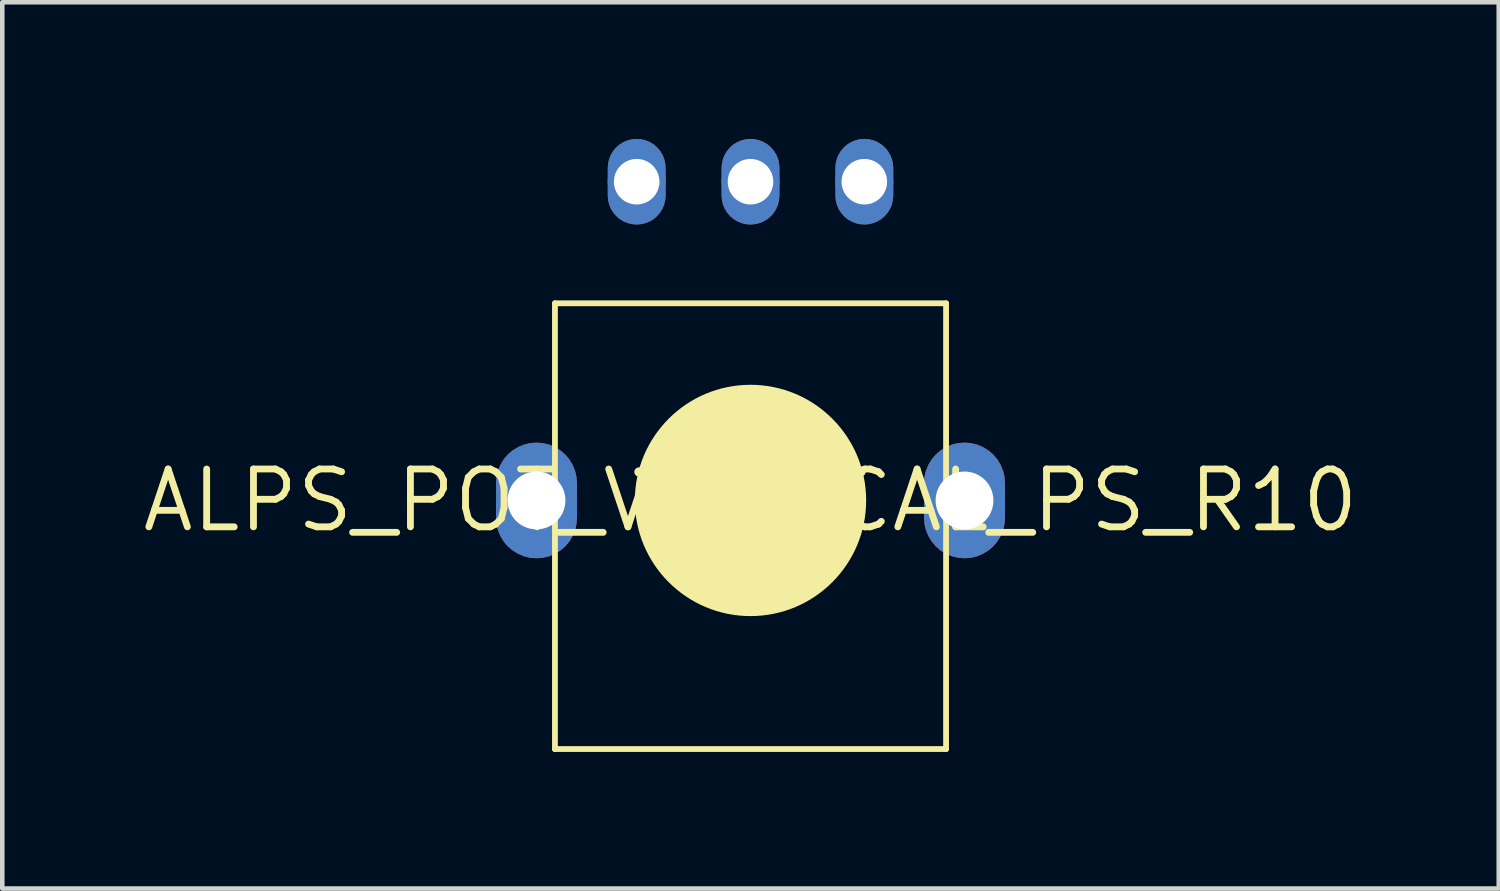
<source format=kicad_pcb>
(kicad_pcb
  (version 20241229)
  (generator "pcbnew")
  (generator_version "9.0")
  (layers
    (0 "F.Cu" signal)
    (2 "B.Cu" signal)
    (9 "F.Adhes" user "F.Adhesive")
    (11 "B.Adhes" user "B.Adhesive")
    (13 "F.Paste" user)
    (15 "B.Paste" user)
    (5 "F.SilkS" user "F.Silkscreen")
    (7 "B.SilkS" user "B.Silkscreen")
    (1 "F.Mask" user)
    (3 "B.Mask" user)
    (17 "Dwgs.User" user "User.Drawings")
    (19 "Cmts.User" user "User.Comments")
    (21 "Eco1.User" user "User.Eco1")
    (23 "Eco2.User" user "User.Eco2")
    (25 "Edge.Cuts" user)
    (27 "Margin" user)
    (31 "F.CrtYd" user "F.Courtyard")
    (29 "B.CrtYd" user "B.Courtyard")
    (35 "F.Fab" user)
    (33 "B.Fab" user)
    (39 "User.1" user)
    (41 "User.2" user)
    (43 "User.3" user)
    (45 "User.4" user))
  (footprint "ALPS_POT_VERTICAL_PS_R10"
    (layer "F.Cu")
    (at 13.433 7.941)
    (property "Reference" "ALPS_POT_VERTICAL_PS_R10" (at 0 0 0) (layer "F.SilkS") (effects (font (size 1.27 1.27) (thickness 0.15))))
    (fp_poly (pts (xy -4.561 -1.259) (xy -4.426 -1.227) (xy -4.297 -1.173) (xy -4.177 -1.1) (xy -4.071 -1.01) (xy -3.981 -0.904) (xy -3.908 -0.784) (xy -3.854 -0.655) (xy -3.822 -0.52) (xy -3.811 -0.381) (xy -3.811 0.381) (xy -3.822 0.52) (xy -3.854 0.655) (xy -3.908 0.784) (xy -3.981 0.904) (xy -4.071 1.01) (xy -4.177 1.1) (xy -4.297 1.173) (xy -4.426 1.227) (xy -4.561 1.259) (xy -4.7 1.27) (xy -4.839 1.259) (xy -4.974 1.227) (xy -5.103 1.173) (xy -5.223 1.1) (xy -5.329 1.01) (xy -5.419 0.904) (xy -5.492 0.784) (xy -5.546 0.655) (xy -5.578 0.52) (xy -5.589 0.381) (xy -5.589 -0.381) (xy -5.578 -0.52) (xy -5.546 -0.655) (xy -5.492 -0.784) (xy -5.419 -0.904) (xy -5.329 -1.01) (xy -5.223 -1.1) (xy -5.103 -1.173) (xy -4.974 -1.227) (xy -4.839 -1.259) (xy -4.7 -1.27)) (stroke (width 0) (type default)) (fill yes) (layer "F.Cu"))
    (fp_poly (pts (xy -2.401 -7.932) (xy -2.304 -7.909) (xy -2.212 -7.871) (xy -2.126 -7.819) (xy -2.051 -7.754) (xy -1.986 -7.678) (xy -1.934 -7.593) (xy -1.896 -7.501) (xy -1.873 -7.404) (xy -1.865 -7.305) (xy -1.865 -6.695) (xy -1.873 -6.596) (xy -1.896 -6.499) (xy -1.934 -6.407) (xy -1.986 -6.322) (xy -2.051 -6.246) (xy -2.126 -6.181) (xy -2.212 -6.129) (xy -2.304 -6.091) (xy -2.401 -6.068) (xy -2.5 -6.06) (xy -2.599 -6.068) (xy -2.696 -6.091) (xy -2.788 -6.129) (xy -2.874 -6.181) (xy -2.949 -6.246) (xy -3.014 -6.322) (xy -3.066 -6.407) (xy -3.104 -6.499) (xy -3.127 -6.596) (xy -3.135 -6.695) (xy -3.135 -7.305) (xy -3.127 -7.404) (xy -3.104 -7.501) (xy -3.066 -7.593) (xy -3.014 -7.678) (xy -2.949 -7.754) (xy -2.874 -7.819) (xy -2.788 -7.871) (xy -2.696 -7.909) (xy -2.599 -7.932) (xy -2.5 -7.94)) (stroke (width 0) (type default)) (fill yes) (layer "F.Cu"))
    (fp_poly (pts (xy 0.099 -7.932) (xy 0.196 -7.909) (xy 0.288 -7.871) (xy 0.374 -7.819) (xy 0.449 -7.754) (xy 0.514 -7.678) (xy 0.566 -7.593) (xy 0.604 -7.501) (xy 0.627 -7.404) (xy 0.635 -7.305) (xy 0.635 -6.695) (xy 0.627 -6.596) (xy 0.604 -6.499) (xy 0.566 -6.407) (xy 0.514 -6.322) (xy 0.449 -6.246) (xy 0.374 -6.181) (xy 0.288 -6.129) (xy 0.196 -6.091) (xy 0.099 -6.068) (xy 0 -6.06) (xy -0.099 -6.068) (xy -0.196 -6.091) (xy -0.288 -6.129) (xy -0.374 -6.181) (xy -0.449 -6.246) (xy -0.514 -6.322) (xy -0.566 -6.407) (xy -0.604 -6.499) (xy -0.627 -6.596) (xy -0.635 -6.695) (xy -0.635 -7.305) (xy -0.627 -7.404) (xy -0.604 -7.501) (xy -0.566 -7.593) (xy -0.514 -7.678) (xy -0.449 -7.754) (xy -0.374 -7.819) (xy -0.288 -7.871) (xy -0.196 -7.909) (xy -0.099 -7.932) (xy 0 -7.94)) (stroke (width 0) (type default)) (fill yes) (layer "F.Cu"))
    (fp_poly (pts (xy 2.599 -7.932) (xy 2.696 -7.909) (xy 2.788 -7.871) (xy 2.874 -7.819) (xy 2.949 -7.754) (xy 3.014 -7.678) (xy 3.066 -7.593) (xy 3.104 -7.501) (xy 3.127 -7.404) (xy 3.135 -7.305) (xy 3.135 -6.695) (xy 3.127 -6.596) (xy 3.104 -6.499) (xy 3.066 -6.407) (xy 3.014 -6.322) (xy 2.949 -6.246) (xy 2.874 -6.181) (xy 2.788 -6.129) (xy 2.696 -6.091) (xy 2.599 -6.068) (xy 2.5 -6.06) (xy 2.401 -6.068) (xy 2.304 -6.091) (xy 2.212 -6.129) (xy 2.126 -6.181) (xy 2.051 -6.246) (xy 1.986 -6.322) (xy 1.934 -6.407) (xy 1.896 -6.499) (xy 1.873 -6.596) (xy 1.865 -6.695) (xy 1.865 -7.305) (xy 1.873 -7.404) (xy 1.896 -7.501) (xy 1.934 -7.593) (xy 1.986 -7.678) (xy 2.051 -7.754) (xy 2.126 -7.819) (xy 2.212 -7.871) (xy 2.304 -7.909) (xy 2.401 -7.932) (xy 2.5 -7.94)) (stroke (width 0) (type default)) (fill yes) (layer "F.Cu"))
    (fp_poly (pts (xy 4.839 -1.259) (xy 4.974 -1.227) (xy 5.103 -1.173) (xy 5.223 -1.1) (xy 5.329 -1.01) (xy 5.419 -0.904) (xy 5.492 -0.784) (xy 5.546 -0.655) (xy 5.578 -0.52) (xy 5.589 -0.381) (xy 5.589 0.381) (xy 5.578 0.52) (xy 5.546 0.655) (xy 5.492 0.784) (xy 5.419 0.904) (xy 5.329 1.01) (xy 5.223 1.1) (xy 5.103 1.173) (xy 4.974 1.227) (xy 4.839 1.259) (xy 4.7 1.27) (xy 4.561 1.259) (xy 4.426 1.227) (xy 4.297 1.173) (xy 4.177 1.1) (xy 4.071 1.01) (xy 3.981 0.904) (xy 3.908 0.784) (xy 3.854 0.655) (xy 3.822 0.52) (xy 3.811 0.381) (xy 3.811 -0.381) (xy 3.822 -0.52) (xy 3.854 -0.655) (xy 3.908 -0.784) (xy 3.981 -0.904) (xy 4.071 -1.01) (xy 4.177 -1.1) (xy 4.297 -1.173) (xy 4.426 -1.227) (xy 4.561 -1.259) (xy 4.7 -1.27)) (stroke (width 0) (type default)) (fill yes) (layer "F.Cu"))
    (fp_poly (pts (xy -4.561 -1.26) (xy -4.425 -1.227) (xy -4.296 -1.174) (xy -4.176 -1.101) (xy -4.07 -1.011) (xy -3.98 -0.905) (xy -3.907 -0.785) (xy -3.854 -0.656) (xy -3.821 -0.52) (xy -3.81 -0.381) (xy -3.81 0.381) (xy -3.821 0.52) (xy -3.854 0.656) (xy -3.907 0.785) (xy -3.98 0.905) (xy -4.07 1.011) (xy -4.176 1.101) (xy -4.296 1.174) (xy -4.425 1.227) (xy -4.561 1.26) (xy -4.7 1.271) (xy -4.839 1.26) (xy -4.975 1.227) (xy -5.104 1.174) (xy -5.224 1.101) (xy -5.33 1.011) (xy -5.42 0.905) (xy -5.493 0.785) (xy -5.546 0.656) (xy -5.579 0.52) (xy -5.59 0.381) (xy -5.59 -0.381) (xy -5.579 -0.52) (xy -5.546 -0.656) (xy -5.493 -0.785) (xy -5.42 -0.905) (xy -5.33 -1.011) (xy -5.224 -1.101) (xy -5.104 -1.174) (xy -4.975 -1.227) (xy -4.839 -1.26) (xy -4.7 -1.271)) (stroke (width 0) (type default)) (fill yes) (layer "F.Mask"))
    (fp_poly (pts (xy -2.401 -7.933) (xy -2.304 -7.91) (xy -2.212 -7.872) (xy -2.126 -7.82) (xy -2.05 -7.755) (xy -1.985 -7.679) (xy -1.933 -7.593) (xy -1.895 -7.501) (xy -1.872 -7.404) (xy -1.864 -7.305) (xy -1.864 -6.695) (xy -1.872 -6.596) (xy -1.895 -6.499) (xy -1.933 -6.407) (xy -1.985 -6.321) (xy -2.05 -6.245) (xy -2.126 -6.18) (xy -2.212 -6.128) (xy -2.304 -6.09) (xy -2.401 -6.067) (xy -2.5 -6.059) (xy -2.599 -6.067) (xy -2.696 -6.09) (xy -2.788 -6.128) (xy -2.874 -6.18) (xy -2.95 -6.245) (xy -3.015 -6.321) (xy -3.067 -6.407) (xy -3.105 -6.499) (xy -3.128 -6.596) (xy -3.136 -6.695) (xy -3.136 -7.305) (xy -3.128 -7.404) (xy -3.105 -7.501) (xy -3.067 -7.593) (xy -3.015 -7.679) (xy -2.95 -7.755) (xy -2.874 -7.82) (xy -2.788 -7.872) (xy -2.696 -7.91) (xy -2.599 -7.933) (xy -2.5 -7.941)) (stroke (width 0) (type default)) (fill yes) (layer "F.Mask"))
    (fp_poly (pts (xy 0.099 -7.933) (xy 0.196 -7.91) (xy 0.288 -7.872) (xy 0.374 -7.82) (xy 0.45 -7.755) (xy 0.515 -7.679) (xy 0.567 -7.593) (xy 0.605 -7.501) (xy 0.628 -7.404) (xy 0.636 -7.305) (xy 0.636 -6.695) (xy 0.628 -6.596) (xy 0.605 -6.499) (xy 0.567 -6.407) (xy 0.515 -6.321) (xy 0.45 -6.245) (xy 0.374 -6.18) (xy 0.288 -6.128) (xy 0.196 -6.09) (xy 0.099 -6.067) (xy 0 -6.059) (xy -0.099 -6.067) (xy -0.196 -6.09) (xy -0.288 -6.128) (xy -0.374 -6.18) (xy -0.45 -6.245) (xy -0.515 -6.321) (xy -0.567 -6.407) (xy -0.605 -6.499) (xy -0.628 -6.596) (xy -0.636 -6.695) (xy -0.636 -7.305) (xy -0.628 -7.404) (xy -0.605 -7.501) (xy -0.567 -7.593) (xy -0.515 -7.679) (xy -0.45 -7.755) (xy -0.374 -7.82) (xy -0.288 -7.872) (xy -0.196 -7.91) (xy -0.099 -7.933) (xy 0 -7.941)) (stroke (width 0) (type default)) (fill yes) (layer "F.Mask"))
    (fp_poly (pts (xy 2.599 -7.933) (xy 2.696 -7.91) (xy 2.788 -7.872) (xy 2.874 -7.82) (xy 2.95 -7.755) (xy 3.015 -7.679) (xy 3.067 -7.593) (xy 3.105 -7.501) (xy 3.128 -7.404) (xy 3.136 -7.305) (xy 3.136 -6.695) (xy 3.128 -6.596) (xy 3.105 -6.499) (xy 3.067 -6.407) (xy 3.015 -6.321) (xy 2.95 -6.245) (xy 2.874 -6.18) (xy 2.788 -6.128) (xy 2.696 -6.09) (xy 2.599 -6.067) (xy 2.5 -6.059) (xy 2.401 -6.067) (xy 2.304 -6.09) (xy 2.212 -6.128) (xy 2.126 -6.18) (xy 2.05 -6.245) (xy 1.985 -6.321) (xy 1.933 -6.407) (xy 1.895 -6.499) (xy 1.872 -6.596) (xy 1.864 -6.695) (xy 1.864 -7.305) (xy 1.872 -7.404) (xy 1.895 -7.501) (xy 1.933 -7.593) (xy 1.985 -7.679) (xy 2.05 -7.755) (xy 2.126 -7.82) (xy 2.212 -7.872) (xy 2.304 -7.91) (xy 2.401 -7.933) (xy 2.5 -7.941)) (stroke (width 0) (type default)) (fill yes) (layer "F.Mask"))
    (fp_poly (pts (xy 4.839 -1.26) (xy 4.975 -1.227) (xy 5.104 -1.174) (xy 5.224 -1.101) (xy 5.33 -1.011) (xy 5.42 -0.905) (xy 5.493 -0.785) (xy 5.546 -0.656) (xy 5.579 -0.52) (xy 5.59 -0.381) (xy 5.59 0.381) (xy 5.579 0.52) (xy 5.546 0.656) (xy 5.493 0.785) (xy 5.42 0.905) (xy 5.33 1.011) (xy 5.224 1.101) (xy 5.104 1.174) (xy 4.975 1.227) (xy 4.839 1.26) (xy 4.7 1.271) (xy 4.561 1.26) (xy 4.425 1.227) (xy 4.296 1.174) (xy 4.176 1.101) (xy 4.07 1.011) (xy 3.98 0.905) (xy 3.907 0.785) (xy 3.854 0.656) (xy 3.821 0.52) (xy 3.81 0.381) (xy 3.81 -0.381) (xy 3.821 -0.52) (xy 3.854 -0.656) (xy 3.907 -0.785) (xy 3.98 -0.905) (xy 4.07 -1.011) (xy 4.176 -1.101) (xy 4.296 -1.174) (xy 4.425 -1.227) (xy 4.561 -1.26) (xy 4.7 -1.271)) (stroke (width 0) (type default)) (fill yes) (layer "F.Mask"))
    (fp_poly (pts (xy -4.561 -1.259) (xy -4.426 -1.227) (xy -4.297 -1.173) (xy -4.177 -1.1) (xy -4.071 -1.01) (xy -3.981 -0.904) (xy -3.908 -0.784) (xy -3.854 -0.655) (xy -3.822 -0.52) (xy -3.811 -0.381) (xy -3.811 0.381) (xy -3.822 0.52) (xy -3.854 0.655) (xy -3.908 0.784) (xy -3.981 0.904) (xy -4.071 1.01) (xy -4.177 1.1) (xy -4.297 1.173) (xy -4.426 1.227) (xy -4.561 1.259) (xy -4.7 1.27) (xy -4.839 1.259) (xy -4.974 1.227) (xy -5.103 1.173) (xy -5.223 1.1) (xy -5.329 1.01) (xy -5.419 0.904) (xy -5.492 0.784) (xy -5.546 0.655) (xy -5.578 0.52) (xy -5.589 0.381) (xy -5.589 -0.381) (xy -5.578 -0.52) (xy -5.546 -0.655) (xy -5.492 -0.784) (xy -5.419 -0.904) (xy -5.329 -1.01) (xy -5.223 -1.1) (xy -5.103 -1.173) (xy -4.974 -1.227) (xy -4.839 -1.259) (xy -4.7 -1.27)) (stroke (width 0) (type default)) (fill yes) (layer "B.Cu"))
    (fp_poly (pts (xy -2.401 -7.932) (xy -2.304 -7.909) (xy -2.212 -7.871) (xy -2.126 -7.819) (xy -2.051 -7.754) (xy -1.986 -7.678) (xy -1.934 -7.593) (xy -1.896 -7.501) (xy -1.873 -7.404) (xy -1.865 -7.305) (xy -1.865 -6.695) (xy -1.873 -6.596) (xy -1.896 -6.499) (xy -1.934 -6.407) (xy -1.986 -6.322) (xy -2.051 -6.246) (xy -2.126 -6.181) (xy -2.212 -6.129) (xy -2.304 -6.091) (xy -2.401 -6.068) (xy -2.5 -6.06) (xy -2.599 -6.068) (xy -2.696 -6.091) (xy -2.788 -6.129) (xy -2.874 -6.181) (xy -2.949 -6.246) (xy -3.014 -6.322) (xy -3.066 -6.407) (xy -3.104 -6.499) (xy -3.127 -6.596) (xy -3.135 -6.695) (xy -3.135 -7.305) (xy -3.127 -7.404) (xy -3.104 -7.501) (xy -3.066 -7.593) (xy -3.014 -7.678) (xy -2.949 -7.754) (xy -2.874 -7.819) (xy -2.788 -7.871) (xy -2.696 -7.909) (xy -2.599 -7.932) (xy -2.5 -7.94)) (stroke (width 0) (type default)) (fill yes) (layer "B.Cu"))
    (fp_poly (pts (xy 0.099 -7.932) (xy 0.196 -7.909) (xy 0.288 -7.871) (xy 0.374 -7.819) (xy 0.449 -7.754) (xy 0.514 -7.678) (xy 0.566 -7.593) (xy 0.604 -7.501) (xy 0.627 -7.404) (xy 0.635 -7.305) (xy 0.635 -6.695) (xy 0.627 -6.596) (xy 0.604 -6.499) (xy 0.566 -6.407) (xy 0.514 -6.322) (xy 0.449 -6.246) (xy 0.374 -6.181) (xy 0.288 -6.129) (xy 0.196 -6.091) (xy 0.099 -6.068) (xy 0 -6.06) (xy -0.099 -6.068) (xy -0.196 -6.091) (xy -0.288 -6.129) (xy -0.374 -6.181) (xy -0.449 -6.246) (xy -0.514 -6.322) (xy -0.566 -6.407) (xy -0.604 -6.499) (xy -0.627 -6.596) (xy -0.635 -6.695) (xy -0.635 -7.305) (xy -0.627 -7.404) (xy -0.604 -7.501) (xy -0.566 -7.593) (xy -0.514 -7.678) (xy -0.449 -7.754) (xy -0.374 -7.819) (xy -0.288 -7.871) (xy -0.196 -7.909) (xy -0.099 -7.932) (xy 0 -7.94)) (stroke (width 0) (type default)) (fill yes) (layer "B.Cu"))
    (fp_poly (pts (xy 2.599 -7.932) (xy 2.696 -7.909) (xy 2.788 -7.871) (xy 2.874 -7.819) (xy 2.949 -7.754) (xy 3.014 -7.678) (xy 3.066 -7.593) (xy 3.104 -7.501) (xy 3.127 -7.404) (xy 3.135 -7.305) (xy 3.135 -6.695) (xy 3.127 -6.596) (xy 3.104 -6.499) (xy 3.066 -6.407) (xy 3.014 -6.322) (xy 2.949 -6.246) (xy 2.874 -6.181) (xy 2.788 -6.129) (xy 2.696 -6.091) (xy 2.599 -6.068) (xy 2.5 -6.06) (xy 2.401 -6.068) (xy 2.304 -6.091) (xy 2.212 -6.129) (xy 2.126 -6.181) (xy 2.051 -6.246) (xy 1.986 -6.322) (xy 1.934 -6.407) (xy 1.896 -6.499) (xy 1.873 -6.596) (xy 1.865 -6.695) (xy 1.865 -7.305) (xy 1.873 -7.404) (xy 1.896 -7.501) (xy 1.934 -7.593) (xy 1.986 -7.678) (xy 2.051 -7.754) (xy 2.126 -7.819) (xy 2.212 -7.871) (xy 2.304 -7.909) (xy 2.401 -7.932) (xy 2.5 -7.94)) (stroke (width 0) (type default)) (fill yes) (layer "B.Cu"))
    (fp_poly (pts (xy 4.839 -1.259) (xy 4.974 -1.227) (xy 5.103 -1.173) (xy 5.223 -1.1) (xy 5.329 -1.01) (xy 5.419 -0.904) (xy 5.492 -0.784) (xy 5.546 -0.655) (xy 5.578 -0.52) (xy 5.589 -0.381) (xy 5.589 0.381) (xy 5.578 0.52) (xy 5.546 0.655) (xy 5.492 0.784) (xy 5.419 0.904) (xy 5.329 1.01) (xy 5.223 1.1) (xy 5.103 1.173) (xy 4.974 1.227) (xy 4.839 1.259) (xy 4.7 1.27) (xy 4.561 1.259) (xy 4.426 1.227) (xy 4.297 1.173) (xy 4.177 1.1) (xy 4.071 1.01) (xy 3.981 0.904) (xy 3.908 0.784) (xy 3.854 0.655) (xy 3.822 0.52) (xy 3.811 0.381) (xy 3.811 -0.381) (xy 3.822 -0.52) (xy 3.854 -0.655) (xy 3.908 -0.784) (xy 3.981 -0.904) (xy 4.071 -1.01) (xy 4.177 -1.1) (xy 4.297 -1.173) (xy 4.426 -1.227) (xy 4.561 -1.259) (xy 4.7 -1.27)) (stroke (width 0) (type default)) (fill yes) (layer "B.Cu"))
    (fp_poly (pts (xy -4.561 -1.26) (xy -4.425 -1.227) (xy -4.296 -1.174) (xy -4.176 -1.101) (xy -4.07 -1.011) (xy -3.98 -0.905) (xy -3.907 -0.785) (xy -3.854 -0.656) (xy -3.821 -0.52) (xy -3.81 -0.381) (xy -3.81 0.381) (xy -3.821 0.52) (xy -3.854 0.656) (xy -3.907 0.785) (xy -3.98 0.905) (xy -4.07 1.011) (xy -4.176 1.101) (xy -4.296 1.174) (xy -4.425 1.227) (xy -4.561 1.26) (xy -4.7 1.271) (xy -4.839 1.26) (xy -4.975 1.227) (xy -5.104 1.174) (xy -5.224 1.101) (xy -5.33 1.011) (xy -5.42 0.905) (xy -5.493 0.785) (xy -5.546 0.656) (xy -5.579 0.52) (xy -5.59 0.381) (xy -5.59 -0.381) (xy -5.579 -0.52) (xy -5.546 -0.656) (xy -5.493 -0.785) (xy -5.42 -0.905) (xy -5.33 -1.011) (xy -5.224 -1.101) (xy -5.104 -1.174) (xy -4.975 -1.227) (xy -4.839 -1.26) (xy -4.7 -1.271)) (stroke (width 0) (type default)) (fill yes) (layer "B.Mask"))
    (fp_poly (pts (xy -2.401 -7.933) (xy -2.304 -7.91) (xy -2.212 -7.872) (xy -2.126 -7.82) (xy -2.05 -7.755) (xy -1.985 -7.679) (xy -1.933 -7.593) (xy -1.895 -7.501) (xy -1.872 -7.404) (xy -1.864 -7.305) (xy -1.864 -6.695) (xy -1.872 -6.596) (xy -1.895 -6.499) (xy -1.933 -6.407) (xy -1.985 -6.321) (xy -2.05 -6.245) (xy -2.126 -6.18) (xy -2.212 -6.128) (xy -2.304 -6.09) (xy -2.401 -6.067) (xy -2.5 -6.059) (xy -2.599 -6.067) (xy -2.696 -6.09) (xy -2.788 -6.128) (xy -2.874 -6.18) (xy -2.95 -6.245) (xy -3.015 -6.321) (xy -3.067 -6.407) (xy -3.105 -6.499) (xy -3.128 -6.596) (xy -3.136 -6.695) (xy -3.136 -7.305) (xy -3.128 -7.404) (xy -3.105 -7.501) (xy -3.067 -7.593) (xy -3.015 -7.679) (xy -2.95 -7.755) (xy -2.874 -7.82) (xy -2.788 -7.872) (xy -2.696 -7.91) (xy -2.599 -7.933) (xy -2.5 -7.941)) (stroke (width 0) (type default)) (fill yes) (layer "B.Mask"))
    (fp_poly (pts (xy 0.099 -7.933) (xy 0.196 -7.91) (xy 0.288 -7.872) (xy 0.374 -7.82) (xy 0.45 -7.755) (xy 0.515 -7.679) (xy 0.567 -7.593) (xy 0.605 -7.501) (xy 0.628 -7.404) (xy 0.636 -7.305) (xy 0.636 -6.695) (xy 0.628 -6.596) (xy 0.605 -6.499) (xy 0.567 -6.407) (xy 0.515 -6.321) (xy 0.45 -6.245) (xy 0.374 -6.18) (xy 0.288 -6.128) (xy 0.196 -6.09) (xy 0.099 -6.067) (xy 0 -6.059) (xy -0.099 -6.067) (xy -0.196 -6.09) (xy -0.288 -6.128) (xy -0.374 -6.18) (xy -0.45 -6.245) (xy -0.515 -6.321) (xy -0.567 -6.407) (xy -0.605 -6.499) (xy -0.628 -6.596) (xy -0.636 -6.695) (xy -0.636 -7.305) (xy -0.628 -7.404) (xy -0.605 -7.501) (xy -0.567 -7.593) (xy -0.515 -7.679) (xy -0.45 -7.755) (xy -0.374 -7.82) (xy -0.288 -7.872) (xy -0.196 -7.91) (xy -0.099 -7.933) (xy 0 -7.941)) (stroke (width 0) (type default)) (fill yes) (layer "B.Mask"))
    (fp_poly (pts (xy 2.599 -7.933) (xy 2.696 -7.91) (xy 2.788 -7.872) (xy 2.874 -7.82) (xy 2.95 -7.755) (xy 3.015 -7.679) (xy 3.067 -7.593) (xy 3.105 -7.501) (xy 3.128 -7.404) (xy 3.136 -7.305) (xy 3.136 -6.695) (xy 3.128 -6.596) (xy 3.105 -6.499) (xy 3.067 -6.407) (xy 3.015 -6.321) (xy 2.95 -6.245) (xy 2.874 -6.18) (xy 2.788 -6.128) (xy 2.696 -6.09) (xy 2.599 -6.067) (xy 2.5 -6.059) (xy 2.401 -6.067) (xy 2.304 -6.09) (xy 2.212 -6.128) (xy 2.126 -6.18) (xy 2.05 -6.245) (xy 1.985 -6.321) (xy 1.933 -6.407) (xy 1.895 -6.499) (xy 1.872 -6.596) (xy 1.864 -6.695) (xy 1.864 -7.305) (xy 1.872 -7.404) (xy 1.895 -7.501) (xy 1.933 -7.593) (xy 1.985 -7.679) (xy 2.05 -7.755) (xy 2.126 -7.82) (xy 2.212 -7.872) (xy 2.304 -7.91) (xy 2.401 -7.933) (xy 2.5 -7.941)) (stroke (width 0) (type default)) (fill yes) (layer "B.Mask"))
    (fp_poly (pts (xy 4.839 -1.26) (xy 4.975 -1.227) (xy 5.104 -1.174) (xy 5.224 -1.101) (xy 5.33 -1.011) (xy 5.42 -0.905) (xy 5.493 -0.785) (xy 5.546 -0.656) (xy 5.579 -0.52) (xy 5.59 -0.381) (xy 5.59 0.381) (xy 5.579 0.52) (xy 5.546 0.656) (xy 5.493 0.785) (xy 5.42 0.905) (xy 5.33 1.011) (xy 5.224 1.101) (xy 5.104 1.174) (xy 4.975 1.227) (xy 4.839 1.26) (xy 4.7 1.271) (xy 4.561 1.26) (xy 4.425 1.227) (xy 4.296 1.174) (xy 4.176 1.101) (xy 4.07 1.011) (xy 3.98 0.905) (xy 3.907 0.785) (xy 3.854 0.656) (xy 3.821 0.52) (xy 3.81 0.381) (xy 3.81 -0.381) (xy 3.821 -0.52) (xy 3.854 -0.656) (xy 3.907 -0.785) (xy 3.98 -0.905) (xy 4.07 -1.011) (xy 4.176 -1.101) (xy 4.296 -1.174) (xy 4.425 -1.227) (xy 4.561 -1.26) (xy 4.7 -1.271)) (stroke (width 0) (type default)) (fill yes) (layer "B.Mask"))
    (fp_line (start -4.295 -4.33) (end 4.295 -4.33) (stroke (width 0.127) (type solid)) (layer "F.SilkS"))
    (fp_line (start -4.295 5.46) (end -4.295 -4.33) (stroke (width 0.127) (type solid)) (layer "F.SilkS"))
    (fp_line (start -2.45 -0.625) (end 2.425 -0.625) (stroke (width 0.203) (type solid)) (layer "F.SilkS"))
    (fp_line (start -1.1 -0.625) (end 1.1 -0.625) (stroke (width 0.203) (type solid)) (layer "F.SilkS"))
    (fp_line (start 4.295 -4.33) (end 4.295 5.46) (stroke (width 0.127) (type solid)) (layer "F.SilkS"))
    (fp_line (start 4.295 5.46) (end -4.295 5.46) (stroke (width 0.127) (type solid)) (layer "F.SilkS"))
    (fp_arc (start 1.100001 -0.624999) (mid -0.000001 1.264524) (end -1.1 -0.625) (stroke (width 0.203) (type solid)) (layer "F.SilkS"))
    (fp_circle (center 0 0) (end 1.27 0) (stroke (width 2.54) (type solid)) (fill yes) (layer "F.SilkS"))
    (pad "P$1" thru_hole circle (at -2.5 -7) (size 1.27 1.27) (drill 1) (layers "*.Cu"))
    (pad "P$2" thru_hole circle (at 0 -7) (size 1.27 1.27) (drill 1) (layers "*.Cu"))
    (pad "P$3" thru_hole circle (at 2.5 -7) (size 1.27 1.27) (drill 1) (layers "*.Cu"))
    (pad "P$4" thru_hole circle (at -4.7 0) (size 1.778 1.778) (drill 1.27) (layers "*.Cu"))
    (pad "P$5" thru_hole circle (at 4.7 0) (size 1.778 1.778) (drill 1.27) (layers "*.Cu")))
  (gr_rect
    (start -3 -3)
    (end 29.866 16.465)
    (stroke (width 0.1) (type default))
    (fill no)
    (layer "Edge.Cuts")))
</source>
